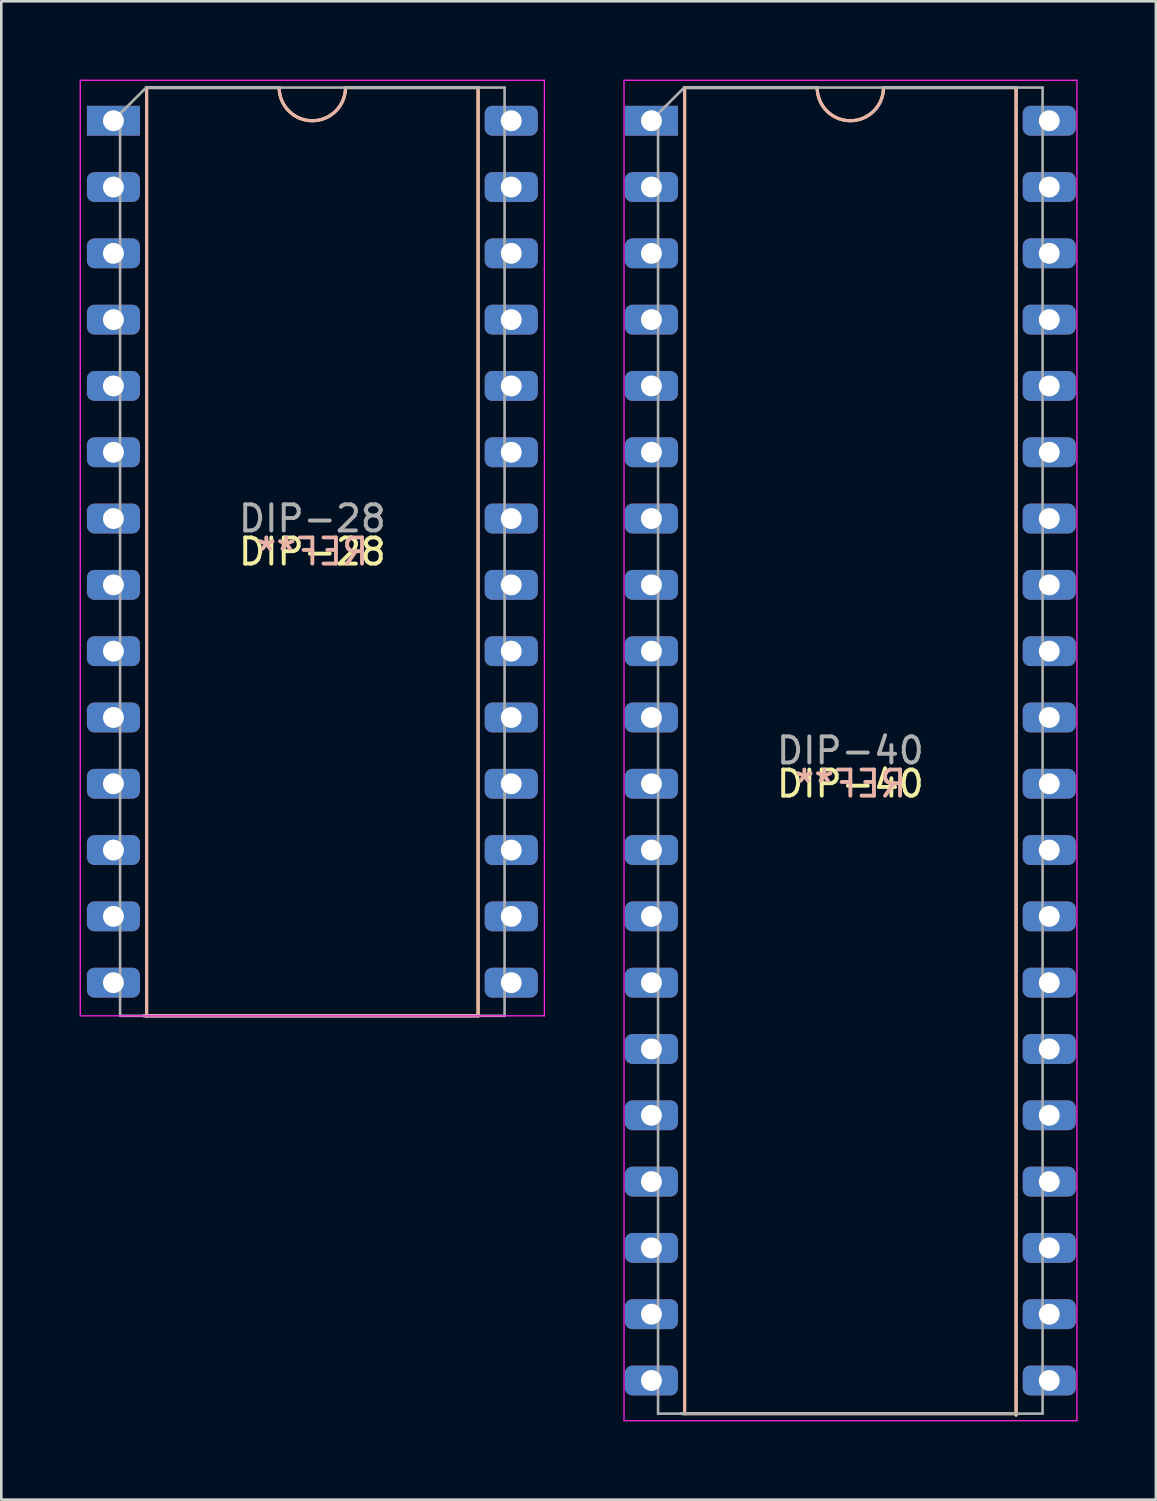
<source format=kicad_pcb>
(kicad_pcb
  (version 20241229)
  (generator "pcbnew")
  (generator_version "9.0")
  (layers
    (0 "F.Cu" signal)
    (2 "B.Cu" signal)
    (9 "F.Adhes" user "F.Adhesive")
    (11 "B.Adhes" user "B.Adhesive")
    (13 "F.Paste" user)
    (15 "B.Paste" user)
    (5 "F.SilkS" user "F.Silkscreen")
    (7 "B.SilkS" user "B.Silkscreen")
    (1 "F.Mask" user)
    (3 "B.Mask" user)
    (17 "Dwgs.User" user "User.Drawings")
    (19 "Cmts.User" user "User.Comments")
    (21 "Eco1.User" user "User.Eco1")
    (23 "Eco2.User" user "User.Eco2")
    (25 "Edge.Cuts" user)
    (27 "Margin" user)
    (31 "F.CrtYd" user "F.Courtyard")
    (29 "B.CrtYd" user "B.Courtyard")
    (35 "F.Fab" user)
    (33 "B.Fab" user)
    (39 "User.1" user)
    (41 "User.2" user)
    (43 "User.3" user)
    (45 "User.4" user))
  (footprint "DIP-40"
    (layer "F.Cu")
    (at 21.905 1.575)
    (property "Reference" "DIP-40" (at 7.62 25.4 0) (layer "F.SilkS") (effects (font (size 1 1) (thickness 0.15))))
    (attr through_hole)
    (fp_line (start 1.16 49.53) (end 13.97 49.53) (stroke (width 0.12) (type solid)) (layer "F.SilkS"))
    (fp_line (start 1.27 -1.27) (end 1.27 49.53) (stroke (width 0.12) (type solid)) (layer "F.SilkS"))
    (fp_line (start 6.35 -1.27) (end 1.27 -1.27) (stroke (width 0.12) (type solid)) (layer "F.SilkS"))
    (fp_line (start 13.97 -1.27) (end 8.89 -1.27) (stroke (width 0.12) (type solid)) (layer "F.SilkS"))
    (fp_line (start 13.97 49.59) (end 13.97 -1.27) (stroke (width 0.12) (type solid)) (layer "F.SilkS"))
    (fp_arc (start 8.89 -1.27) (mid 7.62 0) (end 6.35 -1.27) (stroke (width 0.12) (type solid)) (layer "F.SilkS"))
    (fp_line (start 1.27 -1.27) (end 6.35 -1.27) (stroke (width 0.12) (type solid)) (layer "B.SilkS"))
    (fp_line (start 1.27 49.53) (end 1.27 -1.27) (stroke (width 0.12) (type solid)) (layer "B.SilkS"))
    (fp_line (start 8.89 -1.27) (end 13.97 -1.27) (stroke (width 0.12) (type solid)) (layer "B.SilkS"))
    (fp_line (start 13.97 -1.27) (end 13.97 49.53) (stroke (width 0.12) (type solid)) (layer "B.SilkS"))
    (fp_line (start 13.97 49.53) (end 1.27 49.53) (stroke (width 0.12) (type solid)) (layer "B.SilkS"))
    (fp_arc (start 8.89 -1.27) (mid 7.62 0) (end 6.35 -1.27) (stroke (width 0.12) (type solid)) (layer "B.SilkS"))
    (fp_line (start -1.05 -1.55) (end -1.05 49.8) (stroke (width 0.05) (type solid)) (layer "F.CrtYd"))
    (fp_line (start -1.05 49.8) (end 16.3 49.8) (stroke (width 0.05) (type solid)) (layer "F.CrtYd"))
    (fp_line (start 16.3 -1.55) (end -1.05 -1.55) (stroke (width 0.05) (type solid)) (layer "F.CrtYd"))
    (fp_line (start 16.3 49.8) (end 16.3 -1.55) (stroke (width 0.05) (type solid)) (layer "F.CrtYd"))
    (fp_line (start 0.255 -0.27) (end 1.255 -1.27) (stroke (width 0.1) (type solid)) (layer "F.Fab"))
    (fp_line (start 0.255 49.53) (end 0.255 -0.27) (stroke (width 0.1) (type solid)) (layer "F.Fab"))
    (fp_line (start 1.255 -1.27) (end 14.985 -1.27) (stroke (width 0.1) (type solid)) (layer "F.Fab"))
    (fp_line (start 14.985 -1.27) (end 14.985 49.53) (stroke (width 0.1) (type solid)) (layer "F.Fab"))
    (fp_line (start 14.985 49.53) (end 0.255 49.53) (stroke (width 0.1) (type solid)) (layer "F.Fab"))
    (fp_text user "REF**" (at 7.62 25.4 0) (layer "B.SilkS") (effects (font (size 1 1) (thickness 0.15)) (justify mirror)))
    (fp_text user "${REFERENCE}" (at 7.62 24.13 0) (layer "F.Fab") (effects (font (size 1 1) (thickness 0.15))))
    (pad "1" thru_hole rect (at 0 0) (size 2.032 1.143) (drill 0.8) (layers "*.Cu" "*.Mask"))
    (pad "2" thru_hole roundrect (at 0 2.54) (size 2.032 1.143) (drill 0.8) (layers "*.Cu" "*.Mask") (roundrect_rratio 0.25))
    (pad "3" thru_hole roundrect (at 0 5.08) (size 2.032 1.143) (drill 0.8) (layers "*.Cu" "*.Mask") (roundrect_rratio 0.25))
    (pad "4" thru_hole roundrect (at 0 7.62) (size 2.032 1.143) (drill 0.8) (layers "*.Cu" "*.Mask") (roundrect_rratio 0.25))
    (pad "5" thru_hole roundrect (at 0 10.16) (size 2.032 1.143) (drill 0.8) (layers "*.Cu" "*.Mask") (roundrect_rratio 0.25))
    (pad "6" thru_hole roundrect (at 0 12.7) (size 2.032 1.143) (drill 0.8) (layers "*.Cu" "*.Mask") (roundrect_rratio 0.25))
    (pad "7" thru_hole roundrect (at 0 15.24) (size 2.032 1.143) (drill 0.8) (layers "*.Cu" "*.Mask") (roundrect_rratio 0.25))
    (pad "8" thru_hole roundrect (at 0 17.78) (size 2.032 1.143) (drill 0.8) (layers "*.Cu" "*.Mask") (roundrect_rratio 0.25))
    (pad "9" thru_hole roundrect (at 0 20.32) (size 2.032 1.143) (drill 0.8) (layers "*.Cu" "*.Mask") (roundrect_rratio 0.25))
    (pad "10" thru_hole roundrect (at 0 22.86) (size 2.032 1.143) (drill 0.8) (layers "*.Cu" "*.Mask") (roundrect_rratio 0.25))
    (pad "11" thru_hole roundrect (at 0 25.4) (size 2.032 1.143) (drill 0.8) (layers "*.Cu" "*.Mask") (roundrect_rratio 0.25))
    (pad "12" thru_hole roundrect (at 0 27.94) (size 2.032 1.143) (drill 0.8) (layers "*.Cu" "*.Mask") (roundrect_rratio 0.25))
    (pad "13" thru_hole roundrect (at 0 30.48) (size 2.032 1.143) (drill 0.8) (layers "*.Cu" "*.Mask") (roundrect_rratio 0.25))
    (pad "14" thru_hole roundrect (at 0 33.02) (size 2.032 1.143) (drill 0.8) (layers "*.Cu" "*.Mask") (roundrect_rratio 0.25))
    (pad "15" thru_hole roundrect (at 0 35.56) (size 2.032 1.143) (drill 0.8) (layers "*.Cu" "*.Mask") (roundrect_rratio 0.25))
    (pad "16" thru_hole roundrect (at 0 38.1) (size 2.032 1.143) (drill 0.8) (layers "*.Cu" "*.Mask") (roundrect_rratio 0.25))
    (pad "17" thru_hole roundrect (at 0 40.64) (size 2.032 1.143) (drill 0.8) (layers "*.Cu" "*.Mask") (roundrect_rratio 0.25))
    (pad "18" thru_hole roundrect (at 0 43.18) (size 2.032 1.143) (drill 0.8) (layers "*.Cu" "*.Mask") (roundrect_rratio 0.25))
    (pad "19" thru_hole roundrect (at 0 45.72) (size 2.032 1.143) (drill 0.8) (layers "*.Cu" "*.Mask") (roundrect_rratio 0.25))
    (pad "20" thru_hole roundrect (at 0 48.26) (size 2.032 1.143) (drill 0.8) (layers "*.Cu" "*.Mask") (roundrect_rratio 0.25))
    (pad "21" thru_hole roundrect (at 15.24 48.26) (size 2.032 1.143) (drill 0.8) (layers "*.Cu" "*.Mask") (roundrect_rratio 0.25))
    (pad "22" thru_hole roundrect (at 15.24 45.72) (size 2.032 1.143) (drill 0.8) (layers "*.Cu" "*.Mask") (roundrect_rratio 0.25))
    (pad "23" thru_hole roundrect (at 15.24 43.18) (size 2.032 1.143) (drill 0.8) (layers "*.Cu" "*.Mask") (roundrect_rratio 0.25))
    (pad "24" thru_hole roundrect (at 15.24 40.64) (size 2.032 1.143) (drill 0.8) (layers "*.Cu" "*.Mask") (roundrect_rratio 0.25))
    (pad "25" thru_hole roundrect (at 15.24 38.1) (size 2.032 1.143) (drill 0.8) (layers "*.Cu" "*.Mask") (roundrect_rratio 0.25))
    (pad "26" thru_hole roundrect (at 15.24 35.56) (size 2.032 1.143) (drill 0.8) (layers "*.Cu" "*.Mask") (roundrect_rratio 0.25))
    (pad "27" thru_hole roundrect (at 15.24 33.02) (size 2.032 1.143) (drill 0.8) (layers "*.Cu" "*.Mask") (roundrect_rratio 0.25))
    (pad "28" thru_hole roundrect (at 15.24 30.48) (size 2.032 1.143) (drill 0.8) (layers "*.Cu" "*.Mask") (roundrect_rratio 0.25))
    (pad "29" thru_hole roundrect (at 15.24 27.94) (size 2.032 1.143) (drill 0.8) (layers "*.Cu" "*.Mask") (roundrect_rratio 0.25))
    (pad "30" thru_hole roundrect (at 15.24 25.4) (size 2.032 1.143) (drill 0.8) (layers "*.Cu" "*.Mask") (roundrect_rratio 0.25))
    (pad "31" thru_hole roundrect (at 15.24 22.86) (size 2.032 1.143) (drill 0.8) (layers "*.Cu" "*.Mask") (roundrect_rratio 0.25))
    (pad "32" thru_hole roundrect (at 15.24 20.32) (size 2.032 1.143) (drill 0.8) (layers "*.Cu" "*.Mask") (roundrect_rratio 0.25))
    (pad "33" thru_hole roundrect (at 15.24 17.78) (size 2.032 1.143) (drill 0.8) (layers "*.Cu" "*.Mask") (roundrect_rratio 0.25))
    (pad "34" thru_hole roundrect (at 15.24 15.24) (size 2.032 1.143) (drill 0.8) (layers "*.Cu" "*.Mask") (roundrect_rratio 0.25))
    (pad "35" thru_hole roundrect (at 15.24 12.7) (size 2.032 1.143) (drill 0.8) (layers "*.Cu" "*.Mask") (roundrect_rratio 0.25))
    (pad "36" thru_hole roundrect (at 15.24 10.16) (size 2.032 1.143) (drill 0.8) (layers "*.Cu" "*.Mask") (roundrect_rratio 0.25))
    (pad "37" thru_hole roundrect (at 15.24 7.62) (size 2.032 1.143) (drill 0.8) (layers "*.Cu" "*.Mask") (roundrect_rratio 0.25))
    (pad "38" thru_hole roundrect (at 15.24 5.08) (size 2.032 1.143) (drill 0.8) (layers "*.Cu" "*.Mask") (roundrect_rratio 0.25))
    (pad "39" thru_hole roundrect (at 15.24 2.54) (size 2.032 1.143) (drill 0.8) (layers "*.Cu" "*.Mask") (roundrect_rratio 0.25))
    (pad "40" thru_hole roundrect (at 15.24 0) (size 2.032 1.143) (drill 0.8) (layers "*.Cu" "*.Mask") (roundrect_rratio 0.25)))
  (footprint "DIP-28"
    (layer "F.Cu")
    (at 1.295 1.575)
    (property "Reference" "DIP-28" (at 7.62 16.51 0) (layer "F.SilkS") (effects (font (size 1 1) (thickness 0.15))))
    (attr through_hole)
    (fp_line (start 1.16 34.29) (end 13.97 34.29) (stroke (width 0.12) (type solid)) (layer "F.SilkS"))
    (fp_line (start 1.27 -1.27) (end 1.27 34.29) (stroke (width 0.12) (type solid)) (layer "F.SilkS"))
    (fp_line (start 6.35 -1.27) (end 1.27 -1.27) (stroke (width 0.12) (type solid)) (layer "F.SilkS"))
    (fp_line (start 13.97 -1.27) (end 8.89 -1.27) (stroke (width 0.12) (type solid)) (layer "F.SilkS"))
    (fp_line (start 13.97 34.29) (end 13.97 -1.27) (stroke (width 0.12) (type solid)) (layer "F.SilkS"))
    (fp_arc (start 8.89 -1.27) (mid 7.62 0) (end 6.35 -1.27) (stroke (width 0.12) (type solid)) (layer "F.SilkS"))
    (fp_line (start 1.27 -1.27) (end 6.35 -1.27) (stroke (width 0.12) (type solid)) (layer "B.SilkS"))
    (fp_line (start 1.27 34.29) (end 1.27 -1.27) (stroke (width 0.12) (type solid)) (layer "B.SilkS"))
    (fp_line (start 8.89 -1.27) (end 13.97 -1.27) (stroke (width 0.12) (type solid)) (layer "B.SilkS"))
    (fp_line (start 13.97 -1.27) (end 13.97 34.29) (stroke (width 0.12) (type solid)) (layer "B.SilkS"))
    (fp_line (start 13.97 34.29) (end 1.27 34.29) (stroke (width 0.12) (type solid)) (layer "B.SilkS"))
    (fp_arc (start 8.89 -1.27) (mid 7.62 0) (end 6.35 -1.27) (stroke (width 0.12) (type solid)) (layer "B.SilkS"))
    (fp_line (start -1.27 -1.55) (end -1.27 34.29) (stroke (width 0.05) (type solid)) (layer "F.CrtYd"))
    (fp_line (start -1.27 34.29) (end 16.51 34.29) (stroke (width 0.05) (type solid)) (layer "F.CrtYd"))
    (fp_line (start 16.51 -1.55) (end -1.27 -1.55) (stroke (width 0.05) (type solid)) (layer "F.CrtYd"))
    (fp_line (start 16.51 34.29) (end 16.51 -1.55) (stroke (width 0.05) (type solid)) (layer "F.CrtYd"))
    (fp_line (start 0.255 -0.27) (end 1.255 -1.27) (stroke (width 0.1) (type solid)) (layer "F.Fab"))
    (fp_line (start 0.255 34.29) (end 0.255 -0.27) (stroke (width 0.1) (type solid)) (layer "F.Fab"))
    (fp_line (start 1.255 -1.27) (end 14.985 -1.27) (stroke (width 0.1) (type solid)) (layer "F.Fab"))
    (fp_line (start 14.985 -1.27) (end 14.985 34.29) (stroke (width 0.1) (type solid)) (layer "F.Fab"))
    (fp_line (start 14.985 34.29) (end 0.255 34.29) (stroke (width 0.1) (type solid)) (layer "F.Fab"))
    (fp_text user "REF**" (at 7.62 16.51 0) (layer "B.SilkS") (effects (font (size 1 1) (thickness 0.15)) (justify mirror)))
    (fp_text user "${REFERENCE}" (at 7.62 15.24 0) (layer "F.Fab") (effects (font (size 1 1) (thickness 0.15))))
    (pad "1" thru_hole rect (at 0 0) (size 2.032 1.143) (drill 0.8) (layers "*.Cu" "*.Mask"))
    (pad "2" thru_hole roundrect (at 0 2.54) (size 2.032 1.143) (drill 0.8) (layers "*.Cu" "*.Mask") (roundrect_rratio 0.25))
    (pad "3" thru_hole roundrect (at 0 5.08) (size 2.032 1.143) (drill 0.8) (layers "*.Cu" "*.Mask") (roundrect_rratio 0.25))
    (pad "4" thru_hole roundrect (at 0 7.62) (size 2.032 1.143) (drill 0.8) (layers "*.Cu" "*.Mask") (roundrect_rratio 0.25))
    (pad "5" thru_hole roundrect (at 0 10.16) (size 2.032 1.143) (drill 0.8) (layers "*.Cu" "*.Mask") (roundrect_rratio 0.25))
    (pad "6" thru_hole roundrect (at 0 12.7) (size 2.032 1.143) (drill 0.8) (layers "*.Cu" "*.Mask") (roundrect_rratio 0.25))
    (pad "7" thru_hole roundrect (at 0 15.24) (size 2.032 1.143) (drill 0.8) (layers "*.Cu" "*.Mask") (roundrect_rratio 0.25))
    (pad "8" thru_hole roundrect (at 0 17.78) (size 2.032 1.143) (drill 0.8) (layers "*.Cu" "*.Mask") (roundrect_rratio 0.25))
    (pad "9" thru_hole roundrect (at 0 20.32) (size 2.032 1.143) (drill 0.8) (layers "*.Cu" "*.Mask") (roundrect_rratio 0.25))
    (pad "10" thru_hole roundrect (at 0 22.86) (size 2.032 1.143) (drill 0.8) (layers "*.Cu" "*.Mask") (roundrect_rratio 0.25))
    (pad "11" thru_hole roundrect (at 0 25.4) (size 2.032 1.143) (drill 0.8) (layers "*.Cu" "*.Mask") (roundrect_rratio 0.25))
    (pad "12" thru_hole roundrect (at 0 27.94) (size 2.032 1.143) (drill 0.8) (layers "*.Cu" "*.Mask") (roundrect_rratio 0.25))
    (pad "13" thru_hole roundrect (at 0 30.48) (size 2.032 1.143) (drill 0.8) (layers "*.Cu" "*.Mask") (roundrect_rratio 0.25))
    (pad "14" thru_hole roundrect (at 0 33.02) (size 2.032 1.143) (drill 0.8) (layers "*.Cu" "*.Mask") (roundrect_rratio 0.25))
    (pad "15" thru_hole roundrect (at 15.24 33.02 180) (size 2.032 1.143) (drill 0.8) (layers "*.Cu" "*.Mask") (roundrect_rratio 0.25))
    (pad "16" thru_hole roundrect (at 15.24 30.48 180) (size 2.032 1.143) (drill 0.8) (layers "*.Cu" "*.Mask") (roundrect_rratio 0.25))
    (pad "17" thru_hole roundrect (at 15.24 27.94 180) (size 2.032 1.143) (drill 0.8) (layers "*.Cu" "*.Mask") (roundrect_rratio 0.25))
    (pad "18" thru_hole roundrect (at 15.24 25.4 180) (size 2.032 1.143) (drill 0.8) (layers "*.Cu" "*.Mask") (roundrect_rratio 0.25))
    (pad "19" thru_hole roundrect (at 15.24 22.86 180) (size 2.032 1.143) (drill 0.8) (layers "*.Cu" "*.Mask") (roundrect_rratio 0.25))
    (pad "20" thru_hole roundrect (at 15.24 20.32 180) (size 2.032 1.143) (drill 0.8) (layers "*.Cu" "*.Mask") (roundrect_rratio 0.25))
    (pad "21" thru_hole roundrect (at 15.24 17.78) (size 2.032 1.143) (drill 0.8) (layers "*.Cu" "*.Mask") (roundrect_rratio 0.25))
    (pad "22" thru_hole roundrect (at 15.24 15.24) (size 2.032 1.143) (drill 0.8) (layers "*.Cu" "*.Mask") (roundrect_rratio 0.25))
    (pad "23" thru_hole roundrect (at 15.24 12.7) (size 2.032 1.143) (drill 0.8) (layers "*.Cu" "*.Mask") (roundrect_rratio 0.25))
    (pad "24" thru_hole roundrect (at 15.24 10.16) (size 2.032 1.143) (drill 0.8) (layers "*.Cu" "*.Mask") (roundrect_rratio 0.25))
    (pad "25" thru_hole roundrect (at 15.24 7.62) (size 2.032 1.143) (drill 0.8) (layers "*.Cu" "*.Mask") (roundrect_rratio 0.25))
    (pad "26" thru_hole roundrect (at 15.24 5.08) (size 2.032 1.143) (drill 0.8) (layers "*.Cu" "*.Mask") (roundrect_rratio 0.25))
    (pad "27" thru_hole roundrect (at 15.24 2.54) (size 2.032 1.143) (drill 0.8) (layers "*.Cu" "*.Mask") (roundrect_rratio 0.25))
    (pad "28" thru_hole roundrect (at 15.24 0) (size 2.032 1.143) (drill 0.8) (layers "*.Cu" "*.Mask") (roundrect_rratio 0.25)))
  (gr_rect
    (start -3 -3)
    (end 41.23 54.4)
    (stroke (width 0.1) (type default))
    (fill no)
    (layer "Edge.Cuts")))
</source>
